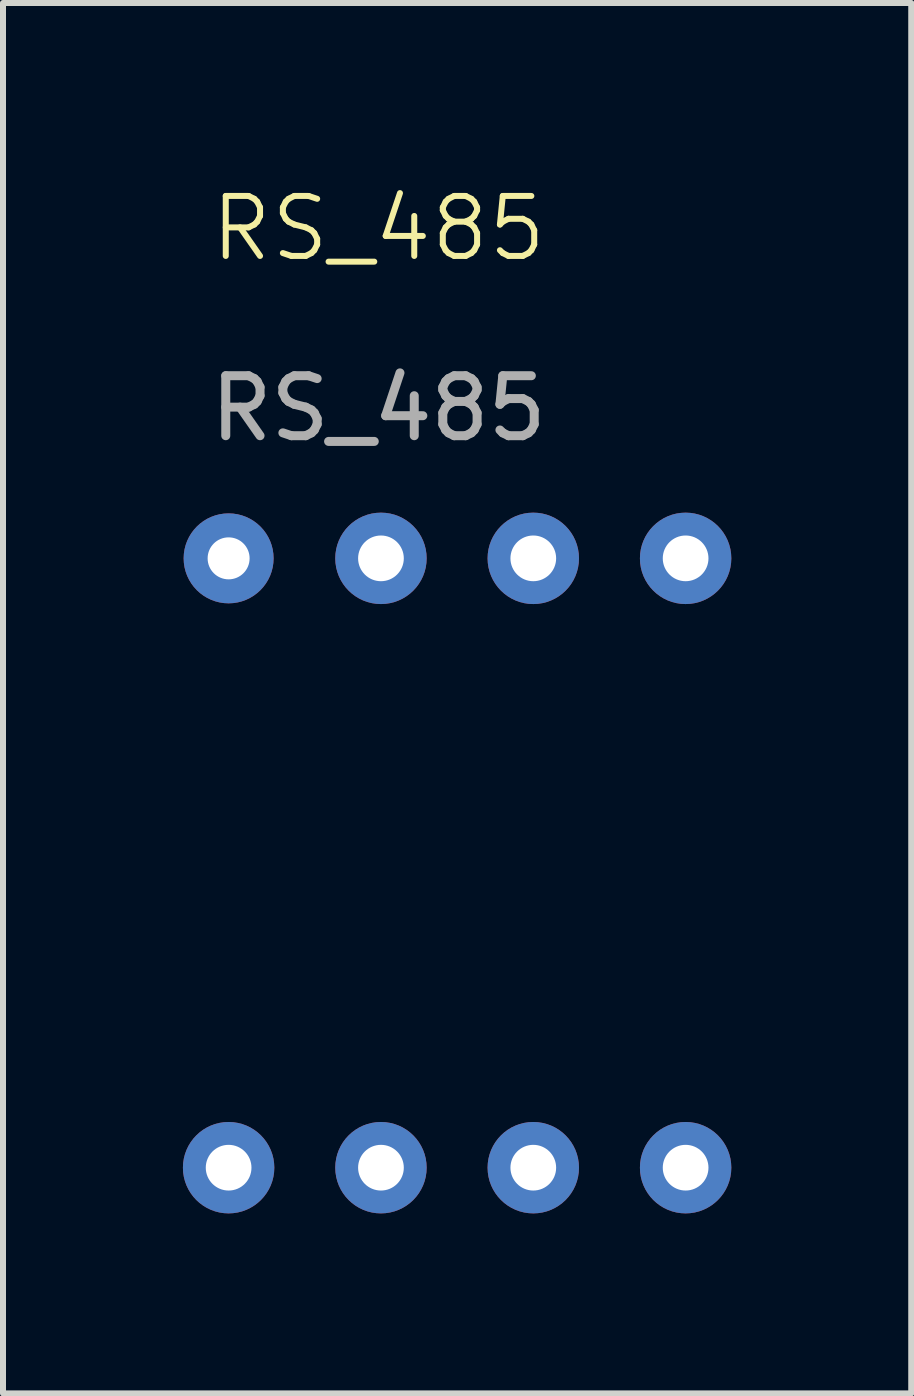
<source format=kicad_pcb>
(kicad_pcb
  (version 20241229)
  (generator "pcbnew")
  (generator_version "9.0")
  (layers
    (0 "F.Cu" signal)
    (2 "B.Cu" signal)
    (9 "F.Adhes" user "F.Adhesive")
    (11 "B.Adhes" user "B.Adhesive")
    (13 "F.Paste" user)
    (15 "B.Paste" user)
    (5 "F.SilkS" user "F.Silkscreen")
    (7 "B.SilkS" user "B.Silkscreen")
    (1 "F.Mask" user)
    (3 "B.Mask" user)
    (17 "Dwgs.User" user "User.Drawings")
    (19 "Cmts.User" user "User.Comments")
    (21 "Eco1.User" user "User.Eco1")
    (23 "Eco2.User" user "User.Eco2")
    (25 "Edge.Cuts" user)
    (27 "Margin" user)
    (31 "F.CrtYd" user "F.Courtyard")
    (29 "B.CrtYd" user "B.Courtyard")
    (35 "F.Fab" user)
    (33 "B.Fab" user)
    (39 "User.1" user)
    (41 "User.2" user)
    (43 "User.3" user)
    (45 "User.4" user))
  (footprint "RS_485"
    (layer "F.Cu")
    (at 3.262 1.26)
    (property "Reference" "RS_485" (at 0 -0.5 0) (unlocked yes) (layer "F.SilkS") (effects (font (size 1 1) (thickness 0.1))))
    (attr through_hole)
    (fp_text user "${REFERENCE}" (at 0 2.5 0) (unlocked yes) (layer "F.Fab") (effects (font (size 1 1) (thickness 0.15))))
    (pad "1" thru_hole circle (at -2.5 5) (size 1.5 1.5) (drill 0.7) (layers "*.Cu" "*.Mask"))
    (pad "2" thru_hole circle (at 0.04 5) (size 1.524 1.524) (drill 0.762) (layers "*.Cu" "*.Mask"))
    (pad "3" thru_hole circle (at 2.58 5) (size 1.524 1.524) (drill 0.762) (layers "*.Cu" "*.Mask"))
    (pad "4" thru_hole circle (at 5.12 5) (size 1.524 1.524) (drill 0.762) (layers "*.Cu" "*.Mask"))
    (pad "5" thru_hole circle (at -2.5 15.16) (size 1.524 1.524) (drill 0.762) (layers "*.Cu" "*.Mask"))
    (pad "6" thru_hole circle (at 0.04 15.16) (size 1.524 1.524) (drill 0.762) (layers "*.Cu" "*.Mask"))
    (pad "7" thru_hole circle (at 2.58 15.16) (size 1.524 1.524) (drill 0.762) (layers "*.Cu" "*.Mask"))
    (pad "8" thru_hole circle (at 5.12 15.16) (size 1.524 1.524) (drill 0.762) (layers "*.Cu" "*.Mask")))
  (gr_rect
    (start -3 -3)
    (end 12.144 20.183)
    (stroke (width 0.1) (type default))
    (fill no)
    (layer "Edge.Cuts")))
</source>
